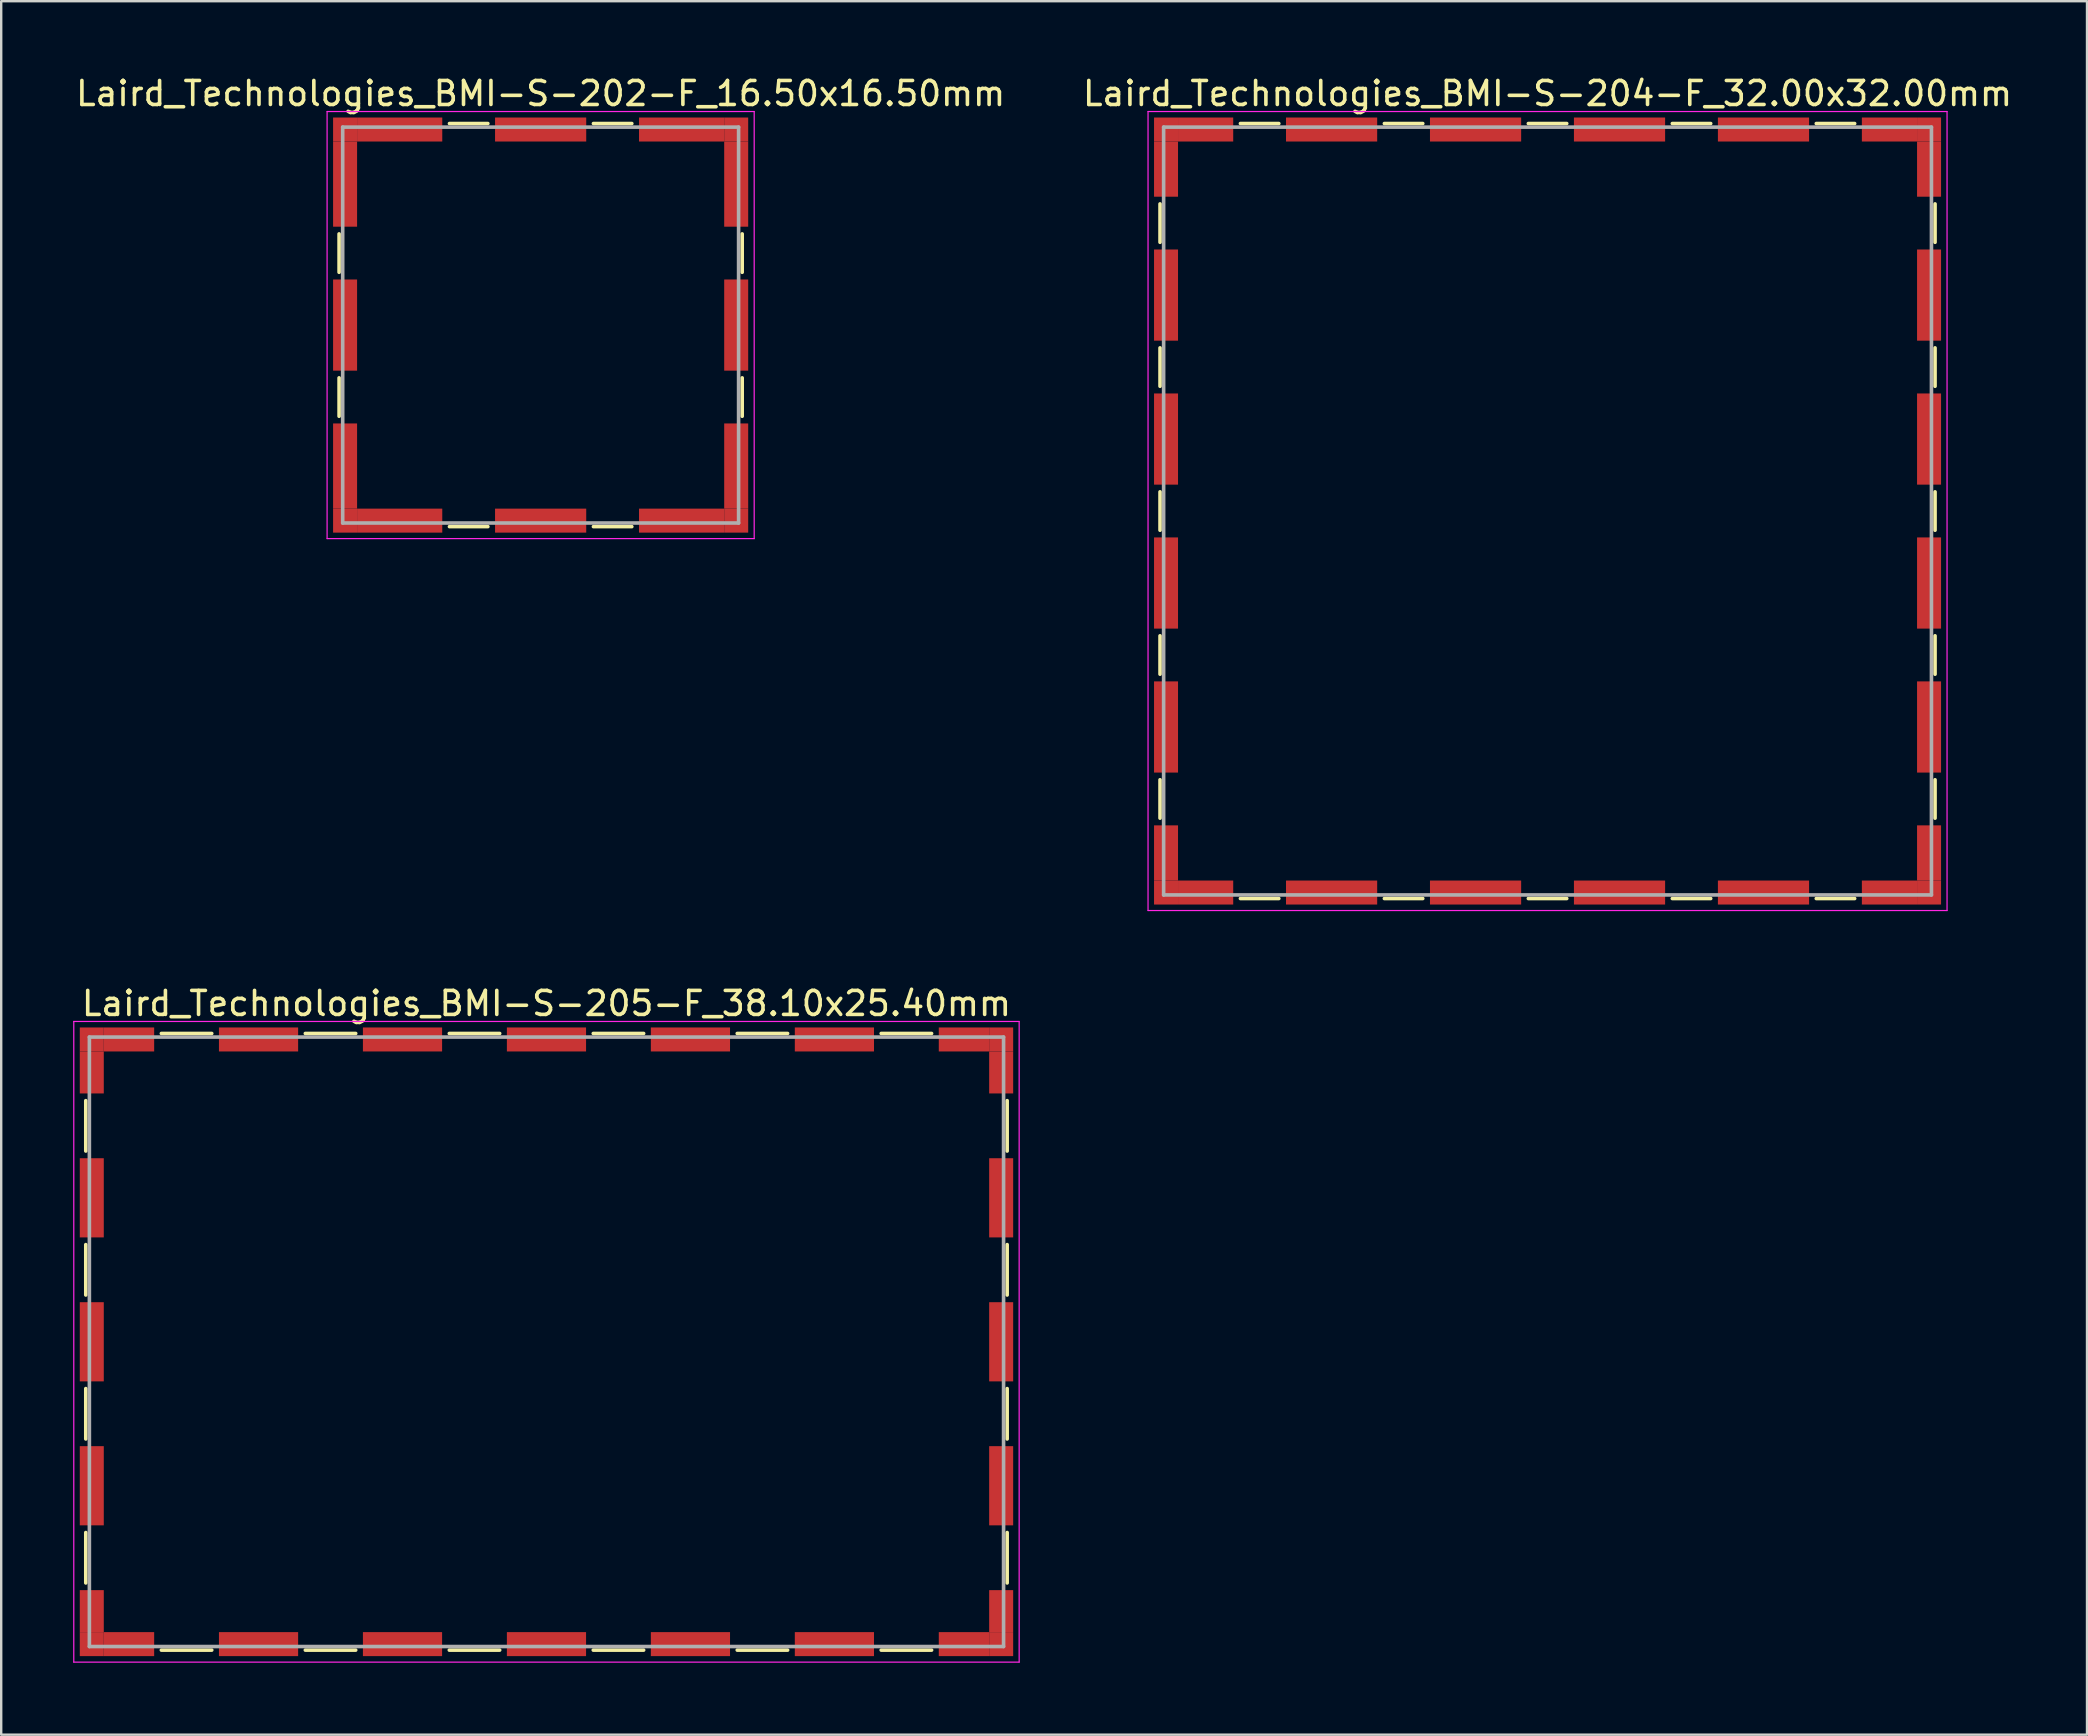
<source format=kicad_pcb>
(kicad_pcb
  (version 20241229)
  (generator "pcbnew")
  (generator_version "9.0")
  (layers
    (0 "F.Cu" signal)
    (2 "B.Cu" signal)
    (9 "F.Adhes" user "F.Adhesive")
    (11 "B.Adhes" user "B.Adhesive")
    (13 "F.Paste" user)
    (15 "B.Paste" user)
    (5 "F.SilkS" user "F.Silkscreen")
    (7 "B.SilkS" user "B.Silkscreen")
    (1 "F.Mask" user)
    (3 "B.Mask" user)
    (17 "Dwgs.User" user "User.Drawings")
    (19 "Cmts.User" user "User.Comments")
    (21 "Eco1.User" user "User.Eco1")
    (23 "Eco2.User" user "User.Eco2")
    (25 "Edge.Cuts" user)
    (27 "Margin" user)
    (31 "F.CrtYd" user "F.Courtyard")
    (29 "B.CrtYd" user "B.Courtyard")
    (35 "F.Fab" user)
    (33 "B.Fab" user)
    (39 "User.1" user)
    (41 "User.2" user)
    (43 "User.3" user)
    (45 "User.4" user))
  (footprint "Laird_Technologies_BMI-S-202-F_16.50x16.50mm"
    (layer "F.Cu")
    (at 19.482 10.498)
    (property "Reference" "Laird_Technologies_BMI-S-202-F_16.50x16.50mm" (at 0 -9.65 0) (layer "F.SilkS") (effects (font (size 1 1) (thickness 0.15))))
    (attr smd)
    (fp_line (start -8.4 -3.8) (end -8.4 -2.2) (stroke (width 0.15) (type solid)) (layer "F.SilkS"))
    (fp_line (start -8.4 2.2) (end -8.4 3.8) (stroke (width 0.15) (type solid)) (layer "F.SilkS"))
    (fp_line (start -3.8 -8.4) (end -2.2 -8.4) (stroke (width 0.15) (type solid)) (layer "F.SilkS"))
    (fp_line (start -3.8 8.4) (end -2.2 8.4) (stroke (width 0.15) (type solid)) (layer "F.SilkS"))
    (fp_line (start 2.2 -8.4) (end 3.8 -8.4) (stroke (width 0.15) (type solid)) (layer "F.SilkS"))
    (fp_line (start 2.2 8.4) (end 3.8 8.4) (stroke (width 0.15) (type solid)) (layer "F.SilkS"))
    (fp_line (start 8.4 -3.8) (end 8.4 -2.2) (stroke (width 0.15) (type solid)) (layer "F.SilkS"))
    (fp_line (start 8.4 2.2) (end 8.4 3.8) (stroke (width 0.15) (type solid)) (layer "F.SilkS"))
    (fp_line (start -8.9 -8.9) (end -8.9 8.9) (stroke (width 0.05) (type solid)) (layer "F.CrtYd"))
    (fp_line (start -8.9 8.9) (end 8.9 8.9) (stroke (width 0.05) (type solid)) (layer "F.CrtYd"))
    (fp_line (start 8.9 -8.9) (end -8.9 -8.9) (stroke (width 0.05) (type solid)) (layer "F.CrtYd"))
    (fp_line (start 8.9 8.9) (end 8.9 -8.9) (stroke (width 0.05) (type solid)) (layer "F.CrtYd"))
    (fp_line (start -8.25 -8.25) (end -8.25 8.25) (stroke (width 0.15) (type solid)) (layer "F.Fab"))
    (fp_line (start -8.25 8.25) (end 8.25 8.25) (stroke (width 0.15) (type solid)) (layer "F.Fab"))
    (fp_line (start 8.25 -8.25) (end -8.25 -8.25) (stroke (width 0.15) (type solid)) (layer "F.Fab"))
    (fp_line (start 8.25 8.25) (end 8.25 -8.25) (stroke (width 0.15) (type solid)) (layer "F.Fab"))
    (pad "1" smd rect (at -8.15 -8.15) (size 1 1) (layers "F.Cu" "F.Mask"))
    (pad "1" smd rect (at -8.15 -5.875) (size 1 3.55) (layers "F.Cu" "F.Mask"))
    (pad "1" smd rect (at -8.15 0) (size 1 3.8) (layers "F.Cu" "F.Mask"))
    (pad "1" smd rect (at -8.15 5.875) (size 1 3.55) (layers "F.Cu" "F.Mask"))
    (pad "1" smd rect (at -8.15 8.15) (size 1 1) (layers "F.Cu" "F.Mask"))
    (pad "1" smd rect (at -5.875 -8.15) (size 3.55 1) (layers "F.Cu" "F.Mask"))
    (pad "1" smd rect (at -5.875 8.15) (size 3.55 1) (layers "F.Cu" "F.Mask"))
    (pad "1" smd rect (at 0 -8.15) (size 3.8 1) (layers "F.Cu" "F.Mask"))
    (pad "1" smd rect (at 0 8.15) (size 3.8 1) (layers "F.Cu" "F.Mask"))
    (pad "1" smd rect (at 5.875 -8.15) (size 3.55 1) (layers "F.Cu" "F.Mask"))
    (pad "1" smd rect (at 5.875 8.15) (size 3.55 1) (layers "F.Cu" "F.Mask"))
    (pad "1" smd rect (at 8.15 -8.15) (size 1 1) (layers "F.Cu" "F.Mask"))
    (pad "1" smd rect (at 8.15 -5.875) (size 1 3.55) (layers "F.Cu" "F.Mask"))
    (pad "1" smd rect (at 8.15 0) (size 1 3.8) (layers "F.Cu" "F.Mask"))
    (pad "1" smd rect (at 8.15 5.875) (size 1 3.55) (layers "F.Cu" "F.Mask"))
    (pad "1" smd rect (at 8.15 8.15) (size 1 1) (layers "F.Cu" "F.Mask")))
  (footprint "Laird_Technologies_BMI-S-205-F_38.10x25.40mm"
    (layer "F.Cu")
    (at 19.725 52.871)
    (property "Reference" "Laird_Technologies_BMI-S-205-F_38.10x25.40mm" (at 0 -14.1 0) (layer "F.SilkS") (effects (font (size 1 1) (thickness 0.15))))
    (attr smd)
    (fp_line (start -19.2 -10.05) (end -19.2 -7.95) (stroke (width 0.15) (type solid)) (layer "F.SilkS"))
    (fp_line (start -19.2 -4.05) (end -19.2 -1.95) (stroke (width 0.15) (type solid)) (layer "F.SilkS"))
    (fp_line (start -19.2 1.95) (end -19.2 4.05) (stroke (width 0.15) (type solid)) (layer "F.SilkS"))
    (fp_line (start -19.2 7.95) (end -19.2 10.05) (stroke (width 0.15) (type solid)) (layer "F.SilkS"))
    (fp_line (start -16.05 -12.85) (end -13.95 -12.85) (stroke (width 0.15) (type solid)) (layer "F.SilkS"))
    (fp_line (start -16.05 12.85) (end -13.95 12.85) (stroke (width 0.15) (type solid)) (layer "F.SilkS"))
    (fp_line (start -10.05 -12.85) (end -7.95 -12.85) (stroke (width 0.15) (type solid)) (layer "F.SilkS"))
    (fp_line (start -10.05 12.85) (end -7.95 12.85) (stroke (width 0.15) (type solid)) (layer "F.SilkS"))
    (fp_line (start -4.05 -12.85) (end -1.95 -12.85) (stroke (width 0.15) (type solid)) (layer "F.SilkS"))
    (fp_line (start -4.05 12.85) (end -1.95 12.85) (stroke (width 0.15) (type solid)) (layer "F.SilkS"))
    (fp_line (start 1.95 -12.85) (end 4.05 -12.85) (stroke (width 0.15) (type solid)) (layer "F.SilkS"))
    (fp_line (start 1.95 12.85) (end 4.05 12.85) (stroke (width 0.15) (type solid)) (layer "F.SilkS"))
    (fp_line (start 7.95 -12.85) (end 10.05 -12.85) (stroke (width 0.15) (type solid)) (layer "F.SilkS"))
    (fp_line (start 7.95 12.85) (end 10.05 12.85) (stroke (width 0.15) (type solid)) (layer "F.SilkS"))
    (fp_line (start 13.95 -12.85) (end 16.05 -12.85) (stroke (width 0.15) (type solid)) (layer "F.SilkS"))
    (fp_line (start 13.95 12.85) (end 16.05 12.85) (stroke (width 0.15) (type solid)) (layer "F.SilkS"))
    (fp_line (start 19.2 -10.05) (end 19.2 -7.95) (stroke (width 0.15) (type solid)) (layer "F.SilkS"))
    (fp_line (start 19.2 -4.05) (end 19.2 -1.95) (stroke (width 0.15) (type solid)) (layer "F.SilkS"))
    (fp_line (start 19.2 1.95) (end 19.2 4.05) (stroke (width 0.15) (type solid)) (layer "F.SilkS"))
    (fp_line (start 19.2 7.95) (end 19.2 10.05) (stroke (width 0.15) (type solid)) (layer "F.SilkS"))
    (fp_line (start -19.7 -13.35) (end -19.7 13.35) (stroke (width 0.05) (type solid)) (layer "F.CrtYd"))
    (fp_line (start -19.7 13.35) (end 19.7 13.35) (stroke (width 0.05) (type solid)) (layer "F.CrtYd"))
    (fp_line (start 19.7 -13.35) (end -19.7 -13.35) (stroke (width 0.05) (type solid)) (layer "F.CrtYd"))
    (fp_line (start 19.7 13.35) (end 19.7 -13.35) (stroke (width 0.05) (type solid)) (layer "F.CrtYd"))
    (fp_line (start -19.05 -12.7) (end -19.05 12.7) (stroke (width 0.15) (type solid)) (layer "F.Fab"))
    (fp_line (start -19.05 12.7) (end 19.05 12.7) (stroke (width 0.15) (type solid)) (layer "F.Fab"))
    (fp_line (start 19.05 -12.7) (end -19.05 -12.7) (stroke (width 0.15) (type solid)) (layer "F.Fab"))
    (fp_line (start 19.05 12.7) (end 19.05 -12.7) (stroke (width 0.15) (type solid)) (layer "F.Fab"))
    (pad "1" smd rect (at -18.95 -12.6) (size 1 1) (layers "F.Cu" "F.Mask"))
    (pad "1" smd rect (at -18.95 -11.225) (size 1 1.75) (layers "F.Cu" "F.Mask"))
    (pad "1" smd rect (at -18.95 -6) (size 1 3.3) (layers "F.Cu" "F.Mask"))
    (pad "1" smd rect (at -18.95 0) (size 1 3.3) (layers "F.Cu" "F.Mask"))
    (pad "1" smd rect (at -18.95 6) (size 1 3.3) (layers "F.Cu" "F.Mask"))
    (pad "1" smd rect (at -18.95 11.225) (size 1 1.75) (layers "F.Cu" "F.Mask"))
    (pad "1" smd rect (at -18.95 12.6) (size 1 1) (layers "F.Cu" "F.Mask"))
    (pad "1" smd rect (at -17.4 -12.6) (size 2.1 1) (layers "F.Cu" "F.Mask"))
    (pad "1" smd rect (at -17.4 12.6) (size 2.1 1) (layers "F.Cu" "F.Mask"))
    (pad "1" smd rect (at -12 -12.6) (size 3.3 1) (layers "F.Cu" "F.Mask"))
    (pad "1" smd rect (at -12 12.6) (size 3.3 1) (layers "F.Cu" "F.Mask"))
    (pad "1" smd rect (at -6 -12.6) (size 3.3 1) (layers "F.Cu" "F.Mask"))
    (pad "1" smd rect (at -6 12.6) (size 3.3 1) (layers "F.Cu" "F.Mask"))
    (pad "1" smd rect (at 0 -12.6) (size 3.3 1) (layers "F.Cu" "F.Mask"))
    (pad "1" smd rect (at 0 12.6) (size 3.3 1) (layers "F.Cu" "F.Mask"))
    (pad "1" smd rect (at 6 -12.6) (size 3.3 1) (layers "F.Cu" "F.Mask"))
    (pad "1" smd rect (at 6 12.6) (size 3.3 1) (layers "F.Cu" "F.Mask"))
    (pad "1" smd rect (at 12 -12.6) (size 3.3 1) (layers "F.Cu" "F.Mask"))
    (pad "1" smd rect (at 12 12.6) (size 3.3 1) (layers "F.Cu" "F.Mask"))
    (pad "1" smd rect (at 17.4 -12.6) (size 2.1 1) (layers "F.Cu" "F.Mask"))
    (pad "1" smd rect (at 17.4 12.6) (size 2.1 1) (layers "F.Cu" "F.Mask"))
    (pad "1" smd rect (at 18.95 -12.6) (size 1 1) (layers "F.Cu" "F.Mask"))
    (pad "1" smd rect (at 18.95 -11.225) (size 1 1.75) (layers "F.Cu" "F.Mask"))
    (pad "1" smd rect (at 18.95 -6) (size 1 3.3) (layers "F.Cu" "F.Mask"))
    (pad "1" smd rect (at 18.95 0) (size 1 3.3) (layers "F.Cu" "F.Mask"))
    (pad "1" smd rect (at 18.95 6) (size 1 3.3) (layers "F.Cu" "F.Mask"))
    (pad "1" smd rect (at 18.95 11.225) (size 1 1.75) (layers "F.Cu" "F.Mask"))
    (pad "1" smd rect (at 18.95 12.6) (size 1 1) (layers "F.Cu" "F.Mask")))
  (footprint "Laird_Technologies_BMI-S-204-F_32.00x32.00mm"
    (layer "F.Cu")
    (at 61.446 18.248)
    (property "Reference" "Laird_Technologies_BMI-S-204-F_32.00x32.00mm" (at 0 -17.4 0) (layer "F.SilkS") (effects (font (size 1 1) (thickness 0.15))))
    (attr smd)
    (fp_line (start -16.15 -12.8) (end -16.15 -11.2) (stroke (width 0.15) (type solid)) (layer "F.SilkS"))
    (fp_line (start -16.15 -6.8) (end -16.15 -5.2) (stroke (width 0.15) (type solid)) (layer "F.SilkS"))
    (fp_line (start -16.15 -0.8) (end -16.15 0.8) (stroke (width 0.15) (type solid)) (layer "F.SilkS"))
    (fp_line (start -16.15 5.2) (end -16.15 6.8) (stroke (width 0.15) (type solid)) (layer "F.SilkS"))
    (fp_line (start -16.15 11.2) (end -16.15 12.8) (stroke (width 0.15) (type solid)) (layer "F.SilkS"))
    (fp_line (start -12.8 -16.15) (end -11.2 -16.15) (stroke (width 0.15) (type solid)) (layer "F.SilkS"))
    (fp_line (start -12.8 16.15) (end -11.2 16.15) (stroke (width 0.15) (type solid)) (layer "F.SilkS"))
    (fp_line (start -6.8 -16.15) (end -5.2 -16.15) (stroke (width 0.15) (type solid)) (layer "F.SilkS"))
    (fp_line (start -6.8 16.15) (end -5.2 16.15) (stroke (width 0.15) (type solid)) (layer "F.SilkS"))
    (fp_line (start -0.8 -16.15) (end 0.8 -16.15) (stroke (width 0.15) (type solid)) (layer "F.SilkS"))
    (fp_line (start -0.8 16.15) (end 0.8 16.15) (stroke (width 0.15) (type solid)) (layer "F.SilkS"))
    (fp_line (start 5.2 -16.15) (end 6.8 -16.15) (stroke (width 0.15) (type solid)) (layer "F.SilkS"))
    (fp_line (start 5.2 16.15) (end 6.8 16.15) (stroke (width 0.15) (type solid)) (layer "F.SilkS"))
    (fp_line (start 11.2 -16.15) (end 12.8 -16.15) (stroke (width 0.15) (type solid)) (layer "F.SilkS"))
    (fp_line (start 11.2 16.15) (end 12.8 16.15) (stroke (width 0.15) (type solid)) (layer "F.SilkS"))
    (fp_line (start 16.15 -12.8) (end 16.15 -11.2) (stroke (width 0.15) (type solid)) (layer "F.SilkS"))
    (fp_line (start 16.15 -6.8) (end 16.15 -5.2) (stroke (width 0.15) (type solid)) (layer "F.SilkS"))
    (fp_line (start 16.15 -0.8) (end 16.15 0.8) (stroke (width 0.15) (type solid)) (layer "F.SilkS"))
    (fp_line (start 16.15 5.2) (end 16.15 6.8) (stroke (width 0.15) (type solid)) (layer "F.SilkS"))
    (fp_line (start 16.15 11.2) (end 16.15 12.8) (stroke (width 0.15) (type solid)) (layer "F.SilkS"))
    (fp_line (start -16.65 -16.65) (end -16.65 16.65) (stroke (width 0.05) (type solid)) (layer "F.CrtYd"))
    (fp_line (start -16.65 16.65) (end 16.65 16.65) (stroke (width 0.05) (type solid)) (layer "F.CrtYd"))
    (fp_line (start 16.65 -16.65) (end -16.65 -16.65) (stroke (width 0.05) (type solid)) (layer "F.CrtYd"))
    (fp_line (start 16.65 16.65) (end 16.65 -16.65) (stroke (width 0.05) (type solid)) (layer "F.CrtYd"))
    (fp_line (start -16 -16) (end -16 16) (stroke (width 0.15) (type solid)) (layer "F.Fab"))
    (fp_line (start -16 16) (end 16 16) (stroke (width 0.15) (type solid)) (layer "F.Fab"))
    (fp_line (start 16 -16) (end -16 -16) (stroke (width 0.15) (type solid)) (layer "F.Fab"))
    (fp_line (start 16 16) (end 16 -16) (stroke (width 0.15) (type solid)) (layer "F.Fab"))
    (pad "1" smd rect (at -15.9 -15.9) (size 1 1) (layers "F.Cu" "F.Mask"))
    (pad "1" smd rect (at -15.9 -14.25) (size 1 2.3) (layers "F.Cu" "F.Mask"))
    (pad "1" smd rect (at -15.9 -9) (size 1 3.8) (layers "F.Cu" "F.Mask"))
    (pad "1" smd rect (at -15.9 -3) (size 1 3.8) (layers "F.Cu" "F.Mask"))
    (pad "1" smd rect (at -15.9 3) (size 1 3.8) (layers "F.Cu" "F.Mask"))
    (pad "1" smd rect (at -15.9 9) (size 1 3.8) (layers "F.Cu" "F.Mask"))
    (pad "1" smd rect (at -15.9 14.25) (size 1 2.3) (layers "F.Cu" "F.Mask"))
    (pad "1" smd rect (at -15.9 15.9) (size 1 1) (layers "F.Cu" "F.Mask"))
    (pad "1" smd rect (at -14.25 -15.9) (size 2.3 1) (layers "F.Cu" "F.Mask"))
    (pad "1" smd rect (at -14.25 15.9) (size 2.3 1) (layers "F.Cu" "F.Mask"))
    (pad "1" smd rect (at -9 -15.9) (size 3.8 1) (layers "F.Cu" "F.Mask"))
    (pad "1" smd rect (at -9 15.9) (size 3.8 1) (layers "F.Cu" "F.Mask"))
    (pad "1" smd rect (at -3 -15.9) (size 3.8 1) (layers "F.Cu" "F.Mask"))
    (pad "1" smd rect (at -3 15.9) (size 3.8 1) (layers "F.Cu" "F.Mask"))
    (pad "1" smd rect (at 3 -15.9) (size 3.8 1) (layers "F.Cu" "F.Mask"))
    (pad "1" smd rect (at 3 15.9) (size 3.8 1) (layers "F.Cu" "F.Mask"))
    (pad "1" smd rect (at 9 -15.9) (size 3.8 1) (layers "F.Cu" "F.Mask"))
    (pad "1" smd rect (at 9 15.9) (size 3.8 1) (layers "F.Cu" "F.Mask"))
    (pad "1" smd rect (at 14.25 -15.9) (size 2.3 1) (layers "F.Cu" "F.Mask"))
    (pad "1" smd rect (at 14.25 15.9) (size 2.3 1) (layers "F.Cu" "F.Mask"))
    (pad "1" smd rect (at 15.9 -15.9) (size 1 1) (layers "F.Cu" "F.Mask"))
    (pad "1" smd rect (at 15.9 -14.25) (size 1 2.3) (layers "F.Cu" "F.Mask"))
    (pad "1" smd rect (at 15.9 -9) (size 1 3.8) (layers "F.Cu" "F.Mask"))
    (pad "1" smd rect (at 15.9 -3) (size 1 3.8) (layers "F.Cu" "F.Mask"))
    (pad "1" smd rect (at 15.9 3) (size 1 3.8) (layers "F.Cu" "F.Mask"))
    (pad "1" smd rect (at 15.9 9) (size 1 3.8) (layers "F.Cu" "F.Mask"))
    (pad "1" smd rect (at 15.9 14.25) (size 1 2.3) (layers "F.Cu" "F.Mask"))
    (pad "1" smd rect (at 15.9 15.9) (size 1 1) (layers "F.Cu" "F.Mask")))
  (gr_rect
    (start -3 -3)
    (end 83.929 69.246)
    (stroke (width 0.1) (type default))
    (fill no)
    (layer "Edge.Cuts")))
</source>
